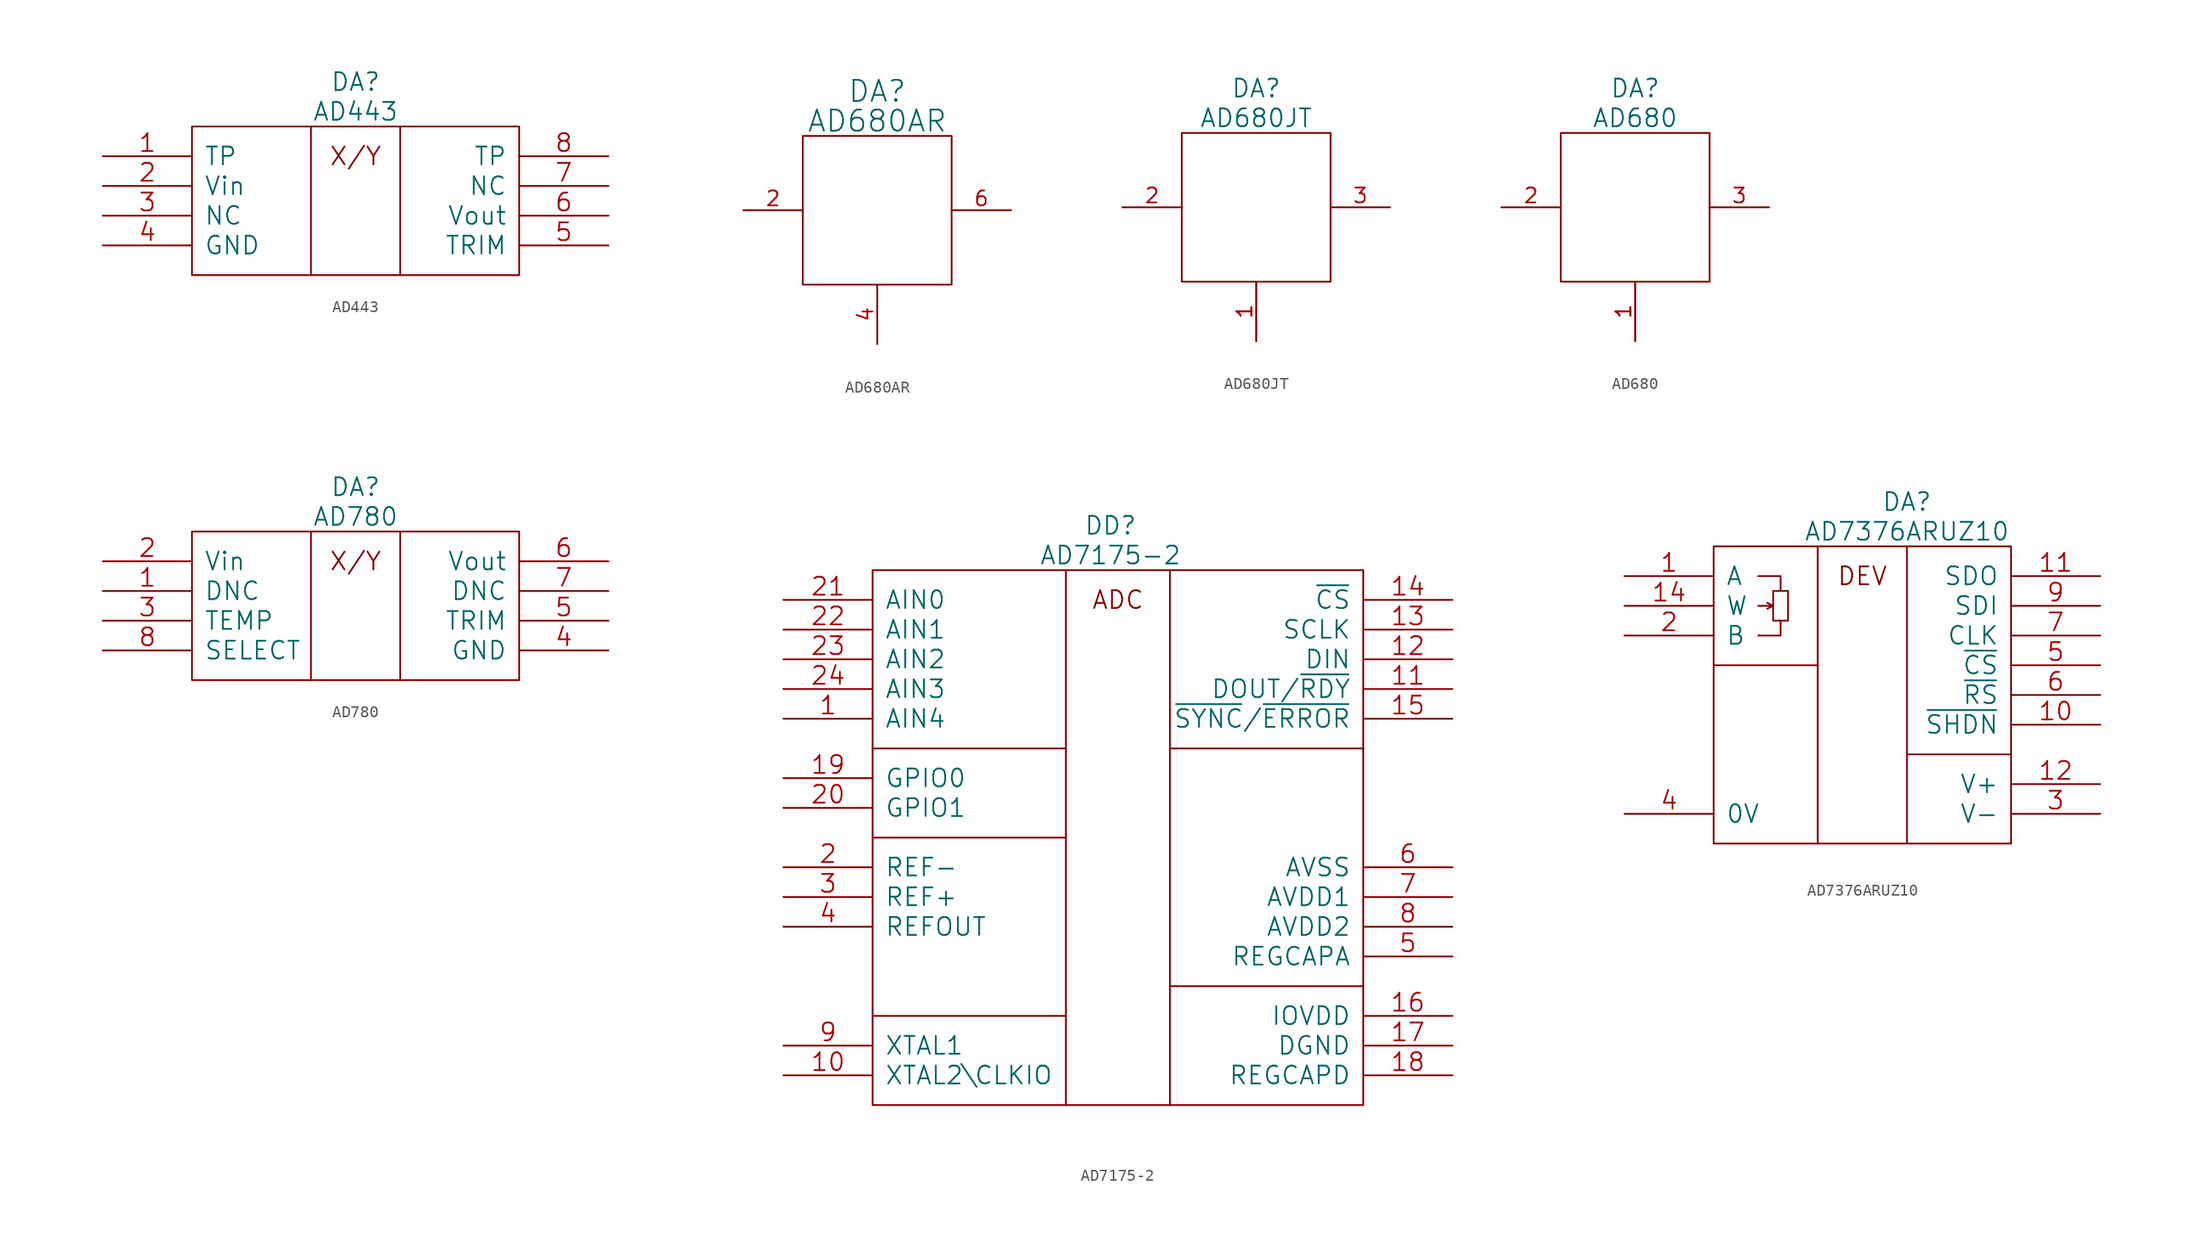
<source format=kicad_sym>
(kicad_symbol_lib
  (version 20211014)
  (generator kicad_symbol_editor)
  (symbol "AD443"
    (pin_names
      (offset 1.016))
    (property "Reference" "DA"
      (at 13.97 3.81 0)
      (effects (font (size 1.524 1.524))))
    (property "Value" "AD443"
      (at 13.97 1.27 0)
      (effects (font (size 1.524 1.524))))
    (property "Footprint" ""
      (at 0 0 0)
      (effects (font (size 1.524 1.524))))
    (property "Datasheet" ""
      (at 0 0 0)
      (effects (font (size 1.524 1.524))))
    (symbol "AD443_0_0"
      (text "X/Y" (at 13.97 -2.54 0) (effects (font (size 1.524 1.524))))
      (pin passive line (at -7.62 -2.54 0) (length 7.62) (name "TP" (effects (font (size 1.524 1.524)))) (number "1" (effects (font (size 1.524 1.524)))))
      (pin input line (at -7.62 -5.08 0) (length 7.62) (name "Vin" (effects (font (size 1.524 1.524)))) (number "2" (effects (font (size 1.524 1.524)))))
      (pin passive line (at -7.62 -7.62 0) (length 7.62) (name "NC" (effects (font (size 1.524 1.524)))) (number "3" (effects (font (size 1.524 1.524)))))
      (pin passive line (at -7.62 -10.16 0) (length 7.62) (name "GND" (effects (font (size 1.524 1.524)))) (number "4" (effects (font (size 1.524 1.524)))))
      (pin passive line (at 35.56 -10.16 180) (length 7.62) (name "TRIM" (effects (font (size 1.524 1.524)))) (number "5" (effects (font (size 1.524 1.524)))))
      (pin output line (at 35.56 -7.62 180) (length 7.62) (name "Vout" (effects (font (size 1.524 1.524)))) (number "6" (effects (font (size 1.524 1.524)))))
      (pin passive line (at 35.56 -5.08 180) (length 7.62) (name "NC" (effects (font (size 1.524 1.524)))) (number "7" (effects (font (size 1.524 1.524)))))
      (pin passive line (at 35.56 -2.54 180) (length 7.62) (name "TP" (effects (font (size 1.524 1.524)))) (number "8" (effects (font (size 1.524 1.524))))))
    (symbol "AD443_0_1"
      (polyline (pts (xy 10.16 0) (xy 10.16 -12.7)) (stroke (width 0) (type default) (color 0 0 0 0)) (fill (type none)))
      (polyline (pts (xy 17.78 0) (xy 17.78 -12.7)) (stroke (width 0) (type default) (color 0 0 0 0)) (fill (type none)))
      (rectangle (start 0 0) (end 27.94 -12.7) (stroke (width 0) (type default) (color 0 0 0 0)) (fill (type none)))))
  (symbol "AD680AR"
    (pin_names
      (offset 1.016) hide)
    (property "Reference" "DA"
      (at 11.43 10.16 0)
      (effects (font (size 1.803 1.803))))
    (property "Value" "AD680AR"
      (at 11.43 7.62 0)
      (effects (font (size 1.803 1.803))))
    (property "Footprint" ""
      (at 0 0 0)
      (effects (font (size 1.524 1.524))))
    (property "Datasheet" ""
      (at 0 0 0)
      (effects (font (size 1.524 1.524))))
    (symbol "AD680AR_0_1"
      (polyline (pts (xy 5.08 6.35) (xy 17.78 6.35) (xy 17.78 -6.35) (xy 5.08 -6.35) (xy 5.08 6.35) (xy 5.08 6.35)) (stroke (width 0) (type default) (color 0 0 0 0)) (fill (type none))))
    (symbol "AD680AR_1_1"
      (pin passive line (at 7.62 -6.35 90) (length 0) hide (name "TP+" (effects (font (size 1.27 1.27)))) (number "1" (effects (font (size 1.27 1.27)))))
      (pin passive line (at 0 0 0) (length 5.08) (name "Vin" (effects (font (size 1.27 1.27)))) (number "2" (effects (font (size 1.27 1.27)))))
      (pin passive line (at 5.08 -2.54 0) (length 0) hide (name "Temp" (effects (font (size 1.27 1.27)))) (number "3" (effects (font (size 1.27 1.27)))))
      (pin passive line (at 11.43 -11.43 90) (length 5.08) (name "Gnd" (effects (font (size 1.27 1.27)))) (number "4" (effects (font (size 1.27 1.27)))))
      (pin passive line (at 15.24 -6.35 90) (length 0) hide (name "NC" (effects (font (size 1.27 1.27)))) (number "5" (effects (font (size 1.27 1.27)))))
      (pin passive line (at 22.86 0 180) (length 5.08) (name "Vout" (effects (font (size 1.27 1.27)))) (number "6" (effects (font (size 1.27 1.27)))))
      (pin passive line (at 17.78 2.54 180) (length 0) hide (name "TP+" (effects (font (size 1.27 1.27)))) (number "7" (effects (font (size 1.27 1.27)))))
      (pin passive line (at 17.78 -2.54 180) (length 0) hide (name "TP+" (effects (font (size 1.27 1.27)))) (number "8" (effects (font (size 1.27 1.27)))))))
  (symbol "AD680JT"
    (pin_names
      (offset 1.016) hide)
    (property "Reference" "DA"
      (at 11.43 10.16 0)
      (effects (font (size 1.524 1.524))))
    (property "Value" "AD680JT"
      (at 11.43 7.62 0)
      (effects (font (size 1.524 1.524))))
    (property "Footprint" ""
      (at 0 0 0)
      (effects (font (size 1.524 1.524))))
    (property "Datasheet" ""
      (at 0 0 0)
      (effects (font (size 1.524 1.524))))
    (symbol "AD680JT_0_1"
      (polyline (pts (xy 5.08 6.35) (xy 17.78 6.35) (xy 17.78 -6.35) (xy 5.08 -6.35) (xy 5.08 6.35) (xy 5.08 6.35)) (stroke (width 0) (type default) (color 0 0 0 0)) (fill (type none))))
    (symbol "AD680JT_1_1"
      (pin passive line (at 11.43 -11.43 90) (length 5.08) (name "GND" (effects (font (size 1.27 1.27)))) (number "1" (effects (font (size 1.27 1.27)))))
      (pin passive line (at 11.43 -11.43 90) (length 5.08) (name "GND" (effects (font (size 1.27 1.27)))) (number "1" (effects (font (size 1.27 1.27)))))
      (pin passive line (at 0 0 0) (length 5.08) (name "Vin" (effects (font (size 1.27 1.27)))) (number "2" (effects (font (size 1.27 1.27)))))
      (pin passive line (at 22.86 0 180) (length 5.08) (name "Vout" (effects (font (size 1.27 1.27)))) (number "3" (effects (font (size 1.27 1.27)))))))
  (symbol "AD680"
    (pin_names
      (offset 1.016) hide)
    (property "Reference" "DA"
      (at 11.43 10.16 0)
      (effects (font (size 1.524 1.524))))
    (property "Value" "AD680"
      (at 11.43 7.62 0)
      (effects (font (size 1.524 1.524))))
    (property "Footprint" ""
      (at 0 0 0)
      (effects (font (size 1.524 1.524))))
    (property "Datasheet" ""
      (at 0 0 0)
      (effects (font (size 1.524 1.524))))
    (symbol "AD680_0_1"
      (polyline (pts (xy 5.08 6.35) (xy 17.78 6.35) (xy 17.78 -6.35) (xy 5.08 -6.35) (xy 5.08 6.35) (xy 5.08 6.35)) (stroke (width 0) (type default) (color 0 0 0 0)) (fill (type none))))
    (symbol "AD680_1_1"
      (pin passive line (at 11.43 -11.43 90) (length 5.08) (name "GND" (effects (font (size 1.27 1.27)))) (number "1" (effects (font (size 1.27 1.27)))))
      (pin passive line (at 11.43 -11.43 90) (length 5.08) (name "GND" (effects (font (size 1.27 1.27)))) (number "1" (effects (font (size 1.27 1.27)))))
      (pin passive line (at 0 0 0) (length 5.08) (name "Vin" (effects (font (size 1.27 1.27)))) (number "2" (effects (font (size 1.27 1.27)))))
      (pin passive line (at 22.86 0 180) (length 5.08) (name "Vout" (effects (font (size 1.27 1.27)))) (number "3" (effects (font (size 1.27 1.27)))))))
  (symbol "AD780"
    (pin_names
      (offset 1.016))
    (property "Reference" "DA"
      (at 13.97 3.81 0)
      (effects (font (size 1.524 1.524))))
    (property "Value" "AD780"
      (at 13.97 1.27 0)
      (effects (font (size 1.524 1.524))))
    (property "Footprint" ""
      (at 0 0 0)
      (effects (font (size 1.524 1.524))))
    (property "Datasheet" ""
      (at 0 0 0)
      (effects (font (size 1.524 1.524))))
    (symbol "AD780_0_0"
      (text "X/Y" (at 13.97 -2.54 0) (effects (font (size 1.524 1.524))))
      (pin input line (at -7.62 -5.08 0) (length 7.62) (name "DNC" (effects (font (size 1.524 1.524)))) (number "1" (effects (font (size 1.524 1.524)))))
      (pin input line (at -7.62 -2.54 0) (length 7.62) (name "Vin" (effects (font (size 1.524 1.524)))) (number "2" (effects (font (size 1.524 1.524)))))
      (pin input line (at -7.62 -7.62 0) (length 7.62) (name "TEMP" (effects (font (size 1.524 1.524)))) (number "3" (effects (font (size 1.524 1.524)))))
      (pin input line (at 35.56 -10.16 180) (length 7.62) (name "GND" (effects (font (size 1.524 1.524)))) (number "4" (effects (font (size 1.524 1.524)))))
      (pin input line (at 35.56 -7.62 180) (length 7.62) (name "TRIM" (effects (font (size 1.524 1.524)))) (number "5" (effects (font (size 1.524 1.524)))))
      (pin input line (at 35.56 -2.54 180) (length 7.62) (name "Vout" (effects (font (size 1.524 1.524)))) (number "6" (effects (font (size 1.524 1.524)))))
      (pin power_out line (at 35.56 -5.08 180) (length 7.62) (name "DNC" (effects (font (size 1.524 1.524)))) (number "7" (effects (font (size 1.524 1.524)))))
      (pin input line (at -7.62 -10.16 0) (length 7.62) (name "SELECT" (effects (font (size 1.524 1.524)))) (number "8" (effects (font (size 1.524 1.524))))))
    (symbol "AD780_0_1"
      (polyline (pts (xy 10.16 0) (xy 10.16 -12.7)) (stroke (width 0) (type default) (color 0 0 0 0)) (fill (type none)))
      (polyline (pts (xy 17.78 0) (xy 17.78 -12.7)) (stroke (width 0) (type default) (color 0 0 0 0)) (fill (type none)))
      (rectangle (start 0 0) (end 27.94 -12.7) (stroke (width 0) (type default) (color 0 0 0 0)) (fill (type none)))))
  (symbol "AD7175-2"
    (pin_names
      (offset 1.016))
    (property "Reference" "DD"
      (at 20.32 3.81 0)
      (effects (font (size 1.524 1.524))))
    (property "Value" "AD7175-2"
      (at 20.32 1.27 0)
      (effects (font (size 1.524 1.524))))
    (property "Footprint" ""
      (at 7.62 0 0)
      (effects (font (size 1.524 1.524))))
    (property "Datasheet" ""
      (at 7.62 0 0)
      (effects (font (size 1.524 1.524))))
    (symbol "AD7175-2_0_0"
      (polyline (pts (xy 16.51 0) (xy 16.51 -45.72)) (stroke (width 0) (type default) (color 0 0 0 0)) (fill (type none)))
      (polyline (pts (xy 25.4 0) (xy 25.4 -45.72)) (stroke (width 0) (type default) (color 0 0 0 0)) (fill (type none)))
      (text "ADC" (at 20.955 -2.54 0) (effects (font (size 1.524 1.524))))
      (pin input line (at -7.62 -12.7 0) (length 7.62) (name "AIN4" (effects (font (size 1.524 1.524)))) (number "1" (effects (font (size 1.524 1.524)))))
      (pin input line (at -7.62 -43.18 0) (length 7.62) (name "XTAL2\\CLKIO" (effects (font (size 1.524 1.524)))) (number "10" (effects (font (size 1.524 1.524)))))
      (pin output line (at 49.53 -10.16 180) (length 7.62) (name "DOUT/~{RDY}" (effects (font (size 1.524 1.524)))) (number "11" (effects (font (size 1.524 1.524)))))
      (pin input line (at 49.53 -7.62 180) (length 7.62) (name "DIN" (effects (font (size 1.524 1.524)))) (number "12" (effects (font (size 1.524 1.524)))))
      (pin input line (at 49.53 -5.08 180) (length 7.62) (name "SCLK" (effects (font (size 1.524 1.524)))) (number "13" (effects (font (size 1.524 1.524)))))
      (pin input line (at 49.53 -2.54 180) (length 7.62) (name "~{CS}" (effects (font (size 1.524 1.524)))) (number "14" (effects (font (size 1.524 1.524)))))
      (pin bidirectional line (at 49.53 -12.7 180) (length 7.62) (name "~{SYNC}/~{ERROR}" (effects (font (size 1.524 1.524)))) (number "15" (effects (font (size 1.524 1.524)))))
      (pin passive line (at 49.53 -38.1 180) (length 7.62) (name "IOVDD" (effects (font (size 1.524 1.524)))) (number "16" (effects (font (size 1.524 1.524)))))
      (pin passive line (at 49.53 -40.64 180) (length 7.62) (name "DGND" (effects (font (size 1.524 1.524)))) (number "17" (effects (font (size 1.524 1.524)))))
      (pin output line (at 49.53 -43.18 180) (length 7.62) (name "REGCAPD" (effects (font (size 1.524 1.524)))) (number "18" (effects (font (size 1.524 1.524)))))
      (pin bidirectional line (at -7.62 -17.78 0) (length 7.62) (name "GPIO0" (effects (font (size 1.524 1.524)))) (number "19" (effects (font (size 1.524 1.524)))))
      (pin input line (at -7.62 -25.4 0) (length 7.62) (name "REF-" (effects (font (size 1.524 1.524)))) (number "2" (effects (font (size 1.524 1.524)))))
      (pin bidirectional line (at -7.62 -20.32 0) (length 7.62) (name "GPIO1" (effects (font (size 1.524 1.524)))) (number "20" (effects (font (size 1.524 1.524)))))
      (pin input line (at -7.62 -2.54 0) (length 7.62) (name "AIN0" (effects (font (size 1.524 1.524)))) (number "21" (effects (font (size 1.524 1.524)))))
      (pin input line (at -7.62 -5.08 0) (length 7.62) (name "AIN1" (effects (font (size 1.524 1.524)))) (number "22" (effects (font (size 1.524 1.524)))))
      (pin input line (at -7.62 -7.62 0) (length 7.62) (name "AIN2" (effects (font (size 1.524 1.524)))) (number "23" (effects (font (size 1.524 1.524)))))
      (pin input line (at -7.62 -10.16 0) (length 7.62) (name "AIN3" (effects (font (size 1.524 1.524)))) (number "24" (effects (font (size 1.524 1.524)))))
      (pin input line (at -7.62 -27.94 0) (length 7.62) (name "REF+" (effects (font (size 1.524 1.524)))) (number "3" (effects (font (size 1.524 1.524)))))
      (pin output line (at -7.62 -30.48 0) (length 7.62) (name "REFOUT" (effects (font (size 1.524 1.524)))) (number "4" (effects (font (size 1.524 1.524)))))
      (pin output line (at 49.53 -33.02 180) (length 7.62) (name "REGCAPA" (effects (font (size 1.524 1.524)))) (number "5" (effects (font (size 1.524 1.524)))))
      (pin passive line (at 49.53 -25.4 180) (length 7.62) (name "AVSS" (effects (font (size 1.524 1.524)))) (number "6" (effects (font (size 1.524 1.524)))))
      (pin passive line (at 49.53 -27.94 180) (length 7.62) (name "AVDD1" (effects (font (size 1.524 1.524)))) (number "7" (effects (font (size 1.524 1.524)))))
      (pin passive line (at 49.53 -30.48 180) (length 7.62) (name "AVDD2" (effects (font (size 1.524 1.524)))) (number "8" (effects (font (size 1.524 1.524)))))
      (pin input line (at -7.62 -40.64 0) (length 7.62) (name "XTAL1" (effects (font (size 1.524 1.524)))) (number "9" (effects (font (size 1.524 1.524))))))
    (symbol "AD7175-2_0_1"
      (polyline (pts (xy 16.51 -38.1) (xy 0 -38.1)) (stroke (width 0) (type default) (color 0 0 0 0)) (fill (type none)))
      (polyline (pts (xy 16.51 -22.86) (xy 0 -22.86)) (stroke (width 0) (type default) (color 0 0 0 0)) (fill (type none)))
      (polyline (pts (xy 16.51 -15.24) (xy 0 -15.24)) (stroke (width 0) (type default) (color 0 0 0 0)) (fill (type none)))
      (polyline (pts (xy 41.91 -35.56) (xy 25.4 -35.56)) (stroke (width 0) (type default) (color 0 0 0 0)) (fill (type none)))
      (polyline (pts (xy 41.91 -15.24) (xy 25.4 -15.24)) (stroke (width 0) (type default) (color 0 0 0 0)) (fill (type none)))
      (rectangle (start 0 0) (end 41.91 -45.72) (stroke (width 0) (type default) (color 0 0 0 0)) (fill (type none)))))
  (symbol "AD7376ARUZ10"
    (pin_names
      (offset 1.016))
    (property "Reference" "DA"
      (at 16.51 3.81 0)
      (effects (font (size 1.524 1.524))))
    (property "Value" "AD7376ARUZ10"
      (at 16.51 1.27 0)
      (effects (font (size 1.524 1.524))))
    (property "Footprint" ""
      (at 0 0 0)
      (effects (font (size 1.524 1.524))))
    (property "Datasheet" ""
      (at 0 0 0)
      (effects (font (size 1.524 1.524))))
    (symbol "AD7376ARUZ10_0_0"
      (text "DEV" (at 12.7 -2.54 0) (effects (font (size 1.524 1.524))))
      (pin input line (at -7.62 -2.54 0) (length 7.62) (name "A" (effects (font (size 1.524 1.524)))) (number "1" (effects (font (size 1.524 1.524)))))
      (pin power_out line (at 33.02 -15.24 180) (length 7.62) (name "~{SHDN}" (effects (font (size 1.524 1.524)))) (number "10" (effects (font (size 1.524 1.524)))))
      (pin input line (at 33.02 -2.54 180) (length 7.62) (name "SDO" (effects (font (size 1.524 1.524)))) (number "11" (effects (font (size 1.524 1.524)))))
      (pin power_out line (at 33.02 -20.32 180) (length 7.62) (name "V+" (effects (font (size 1.524 1.524)))) (number "12" (effects (font (size 1.524 1.524)))))
      (pin input line (at -7.62 -12.7 0) (length 7.62) hide (name "~" (effects (font (size 1.524 1.524)))) (number "13" (effects (font (size 1.524 1.524)))))
      (pin input line (at -7.62 -5.08 0) (length 7.62) (name "W" (effects (font (size 1.524 1.524)))) (number "14" (effects (font (size 1.524 1.524)))))
      (pin input line (at -7.62 -7.62 0) (length 7.62) (name "B" (effects (font (size 1.524 1.524)))) (number "2" (effects (font (size 1.524 1.524)))))
      (pin input line (at 33.02 -22.86 180) (length 7.62) (name "V-" (effects (font (size 1.524 1.524)))) (number "3" (effects (font (size 1.524 1.524)))))
      (pin input line (at -7.62 -22.86 0) (length 7.62) (name "0V" (effects (font (size 1.524 1.524)))) (number "4" (effects (font (size 1.524 1.524)))))
      (pin input line (at 33.02 -10.16 180) (length 7.62) (name "~{CS}" (effects (font (size 1.524 1.524)))) (number "5" (effects (font (size 1.524 1.524)))))
      (pin input line (at 33.02 -12.7 180) (length 7.62) (name "~{RS}" (effects (font (size 1.524 1.524)))) (number "6" (effects (font (size 1.524 1.524)))))
      (pin input line (at 33.02 -7.62 180) (length 7.62) (name "CLK" (effects (font (size 1.524 1.524)))) (number "7" (effects (font (size 1.524 1.524)))))
      (pin input line (at -7.62 -15.24 0) (length 7.62) hide (name "~" (effects (font (size 1.524 1.524)))) (number "8" (effects (font (size 1.524 1.524)))))
      (pin input line (at 33.02 -5.08 180) (length 7.62) (name "SDI" (effects (font (size 1.524 1.524)))) (number "9" (effects (font (size 1.524 1.524))))))
    (symbol "AD7376ARUZ10_0_1"
      (polyline (pts (xy 3.81 -5.08) (xy 5.08 -5.08)) (stroke (width 0) (type default) (color 0 0 0 0)) (fill (type none)))
      (polyline (pts (xy 16.51 0) (xy 16.51 -25.4)) (stroke (width 0) (type default) (color 0 0 0 0)) (fill (type none)))
      (polyline (pts (xy 4.572 -4.826) (xy 5.08 -5.08) (xy 4.572 -5.334)) (stroke (width 0) (type default) (color 0 0 0 0)) (fill (type none)))
      (polyline (pts (xy 5.715 -6.35) (xy 5.715 -7.62) (xy 3.81 -7.62)) (stroke (width 0) (type default) (color 0 0 0 0)) (fill (type none)))
      (polyline (pts (xy 5.715 -3.81) (xy 5.715 -2.54) (xy 3.81 -2.54)) (stroke (width 0) (type default) (color 0 0 0 0)) (fill (type none)))
      (polyline (pts (xy 8.89 -10.16) (xy 1.27 -10.16) (xy 0 -10.16)) (stroke (width 0) (type default) (color 0 0 0 0)) (fill (type none)))
      (polyline (pts (xy 8.89 0) (xy 8.89 -25.4) (xy 8.89 -25.4)) (stroke (width 0) (type default) (color 0 0 0 0)) (fill (type none)))
      (polyline (pts (xy 25.4 -17.78) (xy 17.78 -17.78) (xy 16.51 -17.78)) (stroke (width 0) (type default) (color 0 0 0 0)) (fill (type none)))
      (polyline (pts (xy 5.08 -3.81) (xy 5.08 -6.35) (xy 6.35 -6.35) (xy 6.35 -3.81) (xy 5.08 -3.81)) (stroke (width 0) (type default) (color 0 0 0 0)) (fill (type none)))
      (rectangle (start 0 0) (end 25.4 -25.4) (stroke (width 0) (type default) (color 0 0 0 0)) (fill (type none))))))
</source>
